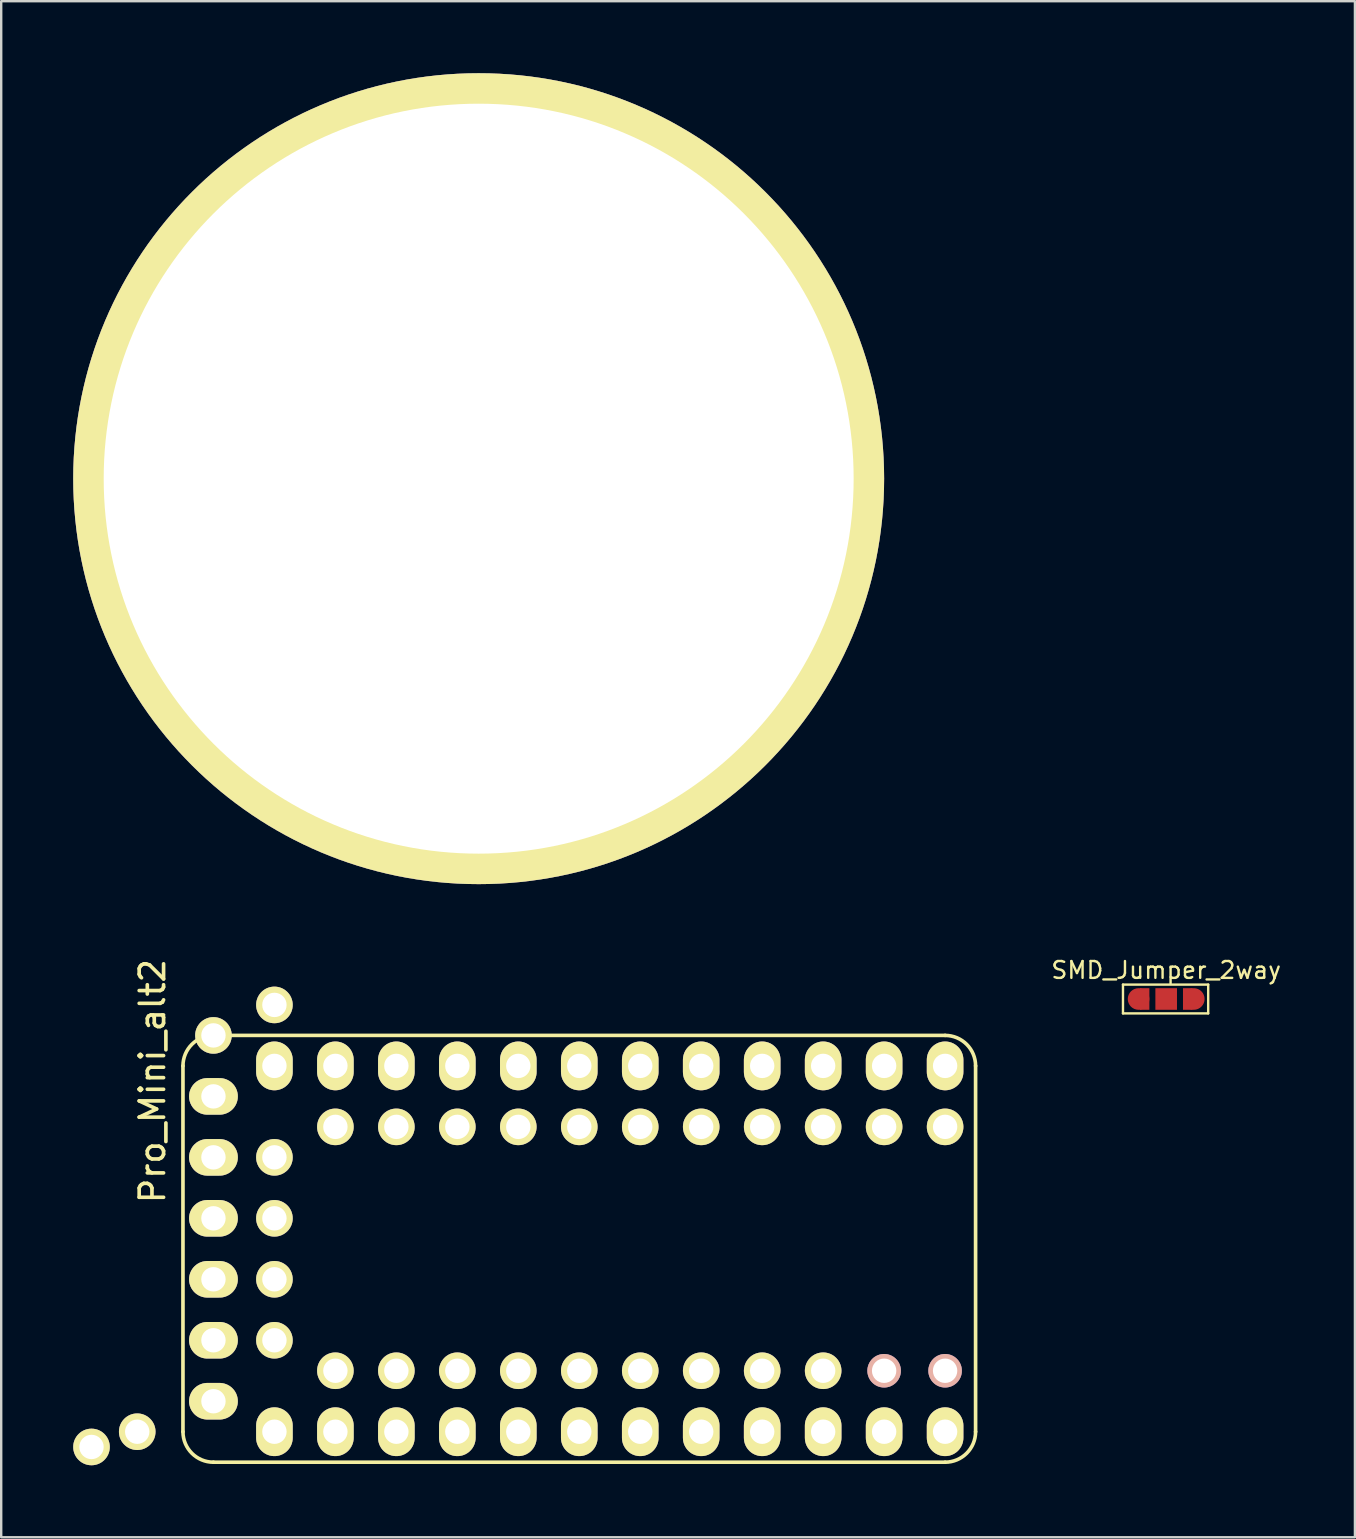
<source format=kicad_pcb>
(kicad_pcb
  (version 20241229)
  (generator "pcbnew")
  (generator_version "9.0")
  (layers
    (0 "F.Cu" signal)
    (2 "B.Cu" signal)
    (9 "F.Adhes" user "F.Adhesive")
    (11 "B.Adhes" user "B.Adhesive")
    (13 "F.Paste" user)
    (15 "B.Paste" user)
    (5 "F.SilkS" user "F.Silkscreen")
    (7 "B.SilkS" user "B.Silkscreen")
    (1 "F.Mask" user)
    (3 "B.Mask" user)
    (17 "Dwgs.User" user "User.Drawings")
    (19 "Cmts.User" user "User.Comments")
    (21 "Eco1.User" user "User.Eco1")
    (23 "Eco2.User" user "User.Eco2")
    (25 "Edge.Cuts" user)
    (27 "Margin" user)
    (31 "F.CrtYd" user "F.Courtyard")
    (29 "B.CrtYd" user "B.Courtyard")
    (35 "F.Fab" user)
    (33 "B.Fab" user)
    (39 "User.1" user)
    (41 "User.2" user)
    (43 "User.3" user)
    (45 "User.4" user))
  (footprint "Pro_Mini_alt2"
    (layer "F.Cu")
    (at 21.082 48.974)
    (property "Reference" "Pro_Mini_alt2" (at -17.78 -6.985 270) (layer "F.SilkS") (effects (font (size 1.016 1.016) (thickness 0.152))))
    (attr through_hole)
    (fp_line (start -16.51 -7.62) (end -16.51 7.62) (stroke (width 0.152) (type solid)) (layer "F.SilkS"))
    (fp_line (start -15.24 8.89) (end 15.24 8.89) (stroke (width 0.15) (type solid)) (layer "F.SilkS"))
    (fp_line (start 15.24 -8.89) (end -15.24 -8.89) (stroke (width 0.15) (type solid)) (layer "F.SilkS"))
    (fp_line (start 16.51 7.62) (end 16.51 -7.62) (stroke (width 0.152) (type solid)) (layer "F.SilkS"))
    (fp_arc (start -16.51 -7.62) (mid -16.138026 -8.518026) (end -15.24 -8.89) (stroke (width 0.15) (type solid)) (layer "F.SilkS"))
    (fp_arc (start -15.24 8.89) (mid -16.138026 8.518026) (end -16.51 7.62) (stroke (width 0.15) (type solid)) (layer "F.SilkS"))
    (fp_arc (start 15.24 -8.89) (mid 16.138026 -8.518026) (end 16.51 -7.62) (stroke (width 0.15) (type solid)) (layer "F.SilkS"))
    (fp_arc (start 16.51 7.62) (mid 16.138026 8.518026) (end 15.24 8.89) (stroke (width 0.15) (type solid)) (layer "F.SilkS"))
    (pad "1" thru_hole oval (at 15.24 -7.62) (size 1.524 2.032) (drill 1.016) (layers "*.Cu" "*.Mask" "F.SilkS"))
    (pad "1" thru_hole oval (at 15.24 -5.08) (size 1.524 1.524) (drill 1.016) (layers "*.Cu" "*.Mask" "F.SilkS"))
    (pad "2" thru_hole oval (at 12.7 -7.62) (size 1.524 2.032) (drill 1.016) (layers "*.Cu" "*.Mask" "F.SilkS"))
    (pad "2" thru_hole oval (at 12.7 -5.08) (size 1.524 1.524) (drill 1.016) (layers "*.Cu" "*.Mask" "F.SilkS"))
    (pad "3" thru_hole oval (at 10.16 -7.62) (size 1.524 2.032) (drill 1.016) (layers "*.Cu" "*.Mask" "F.SilkS"))
    (pad "3" thru_hole oval (at 10.16 -5.08) (size 1.524 1.524) (drill 1.016) (layers "*.Cu" "*.Mask" "F.SilkS"))
    (pad "4" thru_hole oval (at 7.62 -7.62) (size 1.524 2.032) (drill 1.016) (layers "*.Cu" "*.Mask" "F.SilkS"))
    (pad "4" thru_hole oval (at 7.62 -5.08) (size 1.524 1.524) (drill 1.016) (layers "*.Cu" "*.Mask" "F.SilkS"))
    (pad "5" thru_hole oval (at 5.08 -7.62) (size 1.524 2.032) (drill 1.016) (layers "*.Cu" "*.Mask" "F.SilkS"))
    (pad "5" thru_hole oval (at 5.08 -5.08) (size 1.524 1.524) (drill 1.016) (layers "*.Cu" "*.Mask" "F.SilkS"))
    (pad "6" thru_hole oval (at 2.54 -7.62) (size 1.524 2.032) (drill 1.016) (layers "*.Cu" "*.Mask" "F.SilkS"))
    (pad "6" thru_hole oval (at 2.54 -5.08) (size 1.524 1.524) (drill 1.016) (layers "*.Cu" "*.Mask" "F.SilkS"))
    (pad "7" thru_hole oval (at 0 -7.62) (size 1.524 2.032) (drill 1.016) (layers "*.Cu" "*.Mask" "F.SilkS"))
    (pad "7" thru_hole oval (at 0 -5.08) (size 1.524 1.524) (drill 1.016) (layers "*.Cu" "*.Mask" "F.SilkS"))
    (pad "8" thru_hole oval (at -2.54 -7.62) (size 1.524 2.032) (drill 1.016) (layers "*.Cu" "*.Mask" "F.SilkS"))
    (pad "8" thru_hole oval (at -2.54 -5.08) (size 1.524 1.524) (drill 1.016) (layers "*.Cu" "*.Mask" "F.SilkS"))
    (pad "9" thru_hole oval (at -5.08 -7.62) (size 1.524 2.032) (drill 1.016) (layers "*.Cu" "*.Mask" "F.SilkS"))
    (pad "9" thru_hole oval (at -5.08 -5.08) (size 1.524 1.524) (drill 1.016) (layers "*.Cu" "*.Mask" "F.SilkS"))
    (pad "10" thru_hole oval (at -7.62 -7.62) (size 1.524 2.032) (drill 1.016) (layers "*.Cu" "*.Mask" "F.SilkS"))
    (pad "10" thru_hole oval (at -7.62 -5.08) (size 1.524 1.524) (drill 1.016) (layers "*.Cu" "*.Mask" "F.SilkS"))
    (pad "11" thru_hole oval (at -10.16 -7.62) (size 1.524 2.032) (drill 1.016) (layers "*.Cu" "*.Mask" "F.SilkS"))
    (pad "11" thru_hole oval (at -10.16 -5.08) (size 1.524 1.524) (drill 1.016) (layers "*.Cu" "*.Mask" "F.SilkS"))
    (pad "12" thru_hole oval (at -12.7 -10.16) (size 1.524 1.524) (drill 1.016) (layers "*.Cu" "*.Mask" "F.SilkS"))
    (pad "12" thru_hole oval (at -12.7 -7.62) (size 1.524 2.032) (drill 1.016) (layers "*.Cu" "*.Mask" "F.SilkS"))
    (pad "13" thru_hole oval (at -15.24 -8.89) (size 1.524 1.524) (drill 1.016) (layers "*.Cu" "*.Mask" "F.SilkS"))
    (pad "13" thru_hole oval (at -15.24 -6.35) (size 2.032 1.524) (drill 1.016) (layers "*.Cu" "*.Mask" "F.SilkS"))
    (pad "14" thru_hole oval (at -15.24 -3.81) (size 2.032 1.524) (drill 1.016) (layers "*.Cu" "*.Mask" "F.SilkS"))
    (pad "14" thru_hole oval (at -12.7 -3.81) (size 1.524 1.524) (drill 1.016) (layers "*.Cu" "*.Mask" "F.SilkS"))
    (pad "15" thru_hole oval (at -15.24 -1.27) (size 2.032 1.524) (drill 1.016) (layers "*.Cu" "*.Mask" "F.SilkS"))
    (pad "15" thru_hole oval (at -12.7 -1.27) (size 1.524 1.524) (drill 1.016) (layers "*.Cu" "*.Mask" "F.SilkS"))
    (pad "16" thru_hole oval (at -15.24 1.27) (size 2.032 1.524) (drill 1.016) (layers "*.Cu" "*.Mask" "F.SilkS"))
    (pad "16" thru_hole oval (at -12.7 1.27) (size 1.524 1.524) (drill 1.016) (layers "*.Cu" "*.Mask" "F.SilkS"))
    (pad "17" thru_hole oval (at -15.24 3.81) (size 2.032 1.524) (drill 1.016) (layers "*.Cu" "*.Mask" "F.SilkS"))
    (pad "17" thru_hole oval (at -12.7 3.81) (size 1.524 1.524) (drill 1.016) (layers "*.Cu" "*.Mask" "F.SilkS"))
    (pad "18" thru_hole oval (at -15.24 6.35) (size 2.032 1.524) (drill 1.016) (layers "*.Cu" "*.Mask" "F.SilkS"))
    (pad "18" thru_hole oval (at -10.16 5.08) (size 1.524 1.524) (drill 1.016) (layers "*.Cu" "*.Mask" "F.SilkS"))
    (pad "19" thru_hole oval (at -18.415 7.62) (size 1.524 1.524) (drill 1.016) (layers "*.Cu" "*.Mask" "F.SilkS"))
    (pad "19" thru_hole oval (at -12.7 7.62) (size 1.524 2.032) (drill 1.016) (layers "*.Cu" "*.Mask" "F.SilkS"))
    (pad "20" thru_hole oval (at -20.32 8.255) (size 1.524 1.524) (drill 1.016) (layers "*.Cu" "*.Mask" "F.SilkS"))
    (pad "20" thru_hole oval (at -10.16 7.62) (size 1.524 2.032) (drill 1.016) (layers "*.Cu" "*.Mask" "F.SilkS"))
    (pad "21" thru_hole oval (at -7.62 5.08) (size 1.524 1.524) (drill 1.016) (layers "*.Cu" "*.Mask" "F.SilkS"))
    (pad "21" thru_hole oval (at -7.62 7.62) (size 1.524 2.032) (drill 1.016) (layers "*.Cu" "*.Mask" "F.SilkS"))
    (pad "22" thru_hole oval (at -5.08 5.08) (size 1.524 1.524) (drill 1.016) (layers "*.Cu" "*.Mask" "F.SilkS"))
    (pad "22" thru_hole oval (at -5.08 7.62) (size 1.524 2.032) (drill 1.016) (layers "*.Cu" "*.Mask" "F.SilkS"))
    (pad "23" thru_hole oval (at -2.54 5.08) (size 1.524 1.524) (drill 1.016) (layers "*.Cu" "*.Mask" "F.SilkS"))
    (pad "23" thru_hole oval (at -2.54 7.62) (size 1.524 2.032) (drill 1.016) (layers "*.Cu" "*.Mask" "F.SilkS"))
    (pad "24" thru_hole oval (at 0 5.08) (size 1.524 1.524) (drill 1.016) (layers "*.Cu" "*.Mask" "F.SilkS"))
    (pad "24" thru_hole oval (at 0 7.62) (size 1.524 2.032) (drill 1.016) (layers "*.Cu" "*.Mask" "F.SilkS"))
    (pad "25" thru_hole oval (at 2.54 5.08) (size 1.524 1.524) (drill 1.016) (layers "*.Cu" "*.Mask" "F.SilkS"))
    (pad "25" thru_hole oval (at 2.54 7.62) (size 1.524 2.032) (drill 1.016) (layers "*.Cu" "*.Mask" "F.SilkS"))
    (pad "26" thru_hole oval (at 5.08 5.08) (size 1.524 1.524) (drill 1.016) (layers "*.Cu" "*.Mask" "F.SilkS"))
    (pad "26" thru_hole oval (at 5.08 7.62) (size 1.524 2.032) (drill 1.016) (layers "*.Cu" "*.Mask" "F.SilkS"))
    (pad "27" thru_hole oval (at 7.62 5.08) (size 1.524 1.524) (drill 1.016) (layers "*.Cu" "*.Mask" "F.SilkS"))
    (pad "27" thru_hole oval (at 7.62 7.62) (size 1.524 2.032) (drill 1.016) (layers "*.Cu" "*.Mask" "F.SilkS"))
    (pad "28" thru_hole oval (at 10.16 5.08) (size 1.524 1.524) (drill 1.016) (layers "*.Cu" "*.Mask" "F.SilkS"))
    (pad "28" thru_hole oval (at 10.16 7.62) (size 1.524 2.032) (drill 1.016) (layers "*.Cu" "*.Mask" "F.SilkS"))
    (pad "29" thru_hole oval (at 12.7 5.08) (size 1.397 1.397) (drill 1.016) (layers "*.Cu" "*.Mask" "B.SilkS"))
    (pad "29" thru_hole oval (at 12.7 7.62) (size 1.524 2.032) (drill 1.016) (layers "*.Cu" "*.Mask" "F.SilkS"))
    (pad "30" thru_hole oval (at 15.24 5.08) (size 1.397 1.397) (drill 1.016) (layers "*.Cu" "*.Mask" "B.SilkS"))
    (pad "30" thru_hole oval (at 15.24 7.62) (size 1.524 2.032) (drill 1.016) (layers "*.Cu" "*.Mask" "F.SilkS")))
  (footprint "SMD_Jumper_2way"
    (layer "F.Cu")
    (at 45.532 38.567)
    (property "Reference" "SMD_Jumper_2way" (at 0 -1.2 0) (layer "F.SilkS") (effects (font (size 0.7 0.7) (thickness 0.1))))
    (attr smd)
    (fp_line (start -1.8 -0.6) (end 1.75 -0.6) (stroke (width 0.1) (type solid)) (layer "F.SilkS"))
    (fp_line (start -1.8 0.6) (end -1.8 -0.6) (stroke (width 0.1) (type solid)) (layer "F.SilkS"))
    (fp_line (start 1.75 -0.6) (end 1.75 0.6) (stroke (width 0.1) (type solid)) (layer "F.SilkS"))
    (fp_line (start 1.75 0.6) (end -1.8 0.6) (stroke (width 0.1) (type solid)) (layer "F.SilkS"))
    (pad "1" smd circle (at -1.15 0) (size 0.9 0.9) (layers "F.Cu" "F.Mask"))
    (pad "1" smd rect (at -0.9 0) (size 0.4 0.9) (layers "F.Cu" "F.Mask"))
    (pad "2" smd rect (at 0 0) (size 0.9 0.9) (layers "F.Cu" "F.Mask" "F.Paste"))
    (pad "3" smd rect (at 0.9 0) (size 0.4 0.9) (layers "F.Cu" "F.Mask"))
    (pad "3" smd circle (at 1.15 0) (size 0.9 0.9) (layers "F.Cu" "F.Mask")))
  (footprint "MountingHole_31mm"
    (layer "F.Cu")
    (at 16.891 16.891)
    (property "Reference" "MountingHole_31mm" (at 0 -4 0) (layer "F.SilkS") (effects (font (size 1 1) (thickness 0.15))))
    (attr through_hole)
    (fp_circle (center 0 0) (end 3 0) (stroke (width 0.381) (type solid)) (fill no) (layer "Cmts.User"))
    (pad "1" thru_hole circle (at 0 0) (size 33.782 33.782) (drill 31.242) (layers "*.Cu" "*.Mask" "F.SilkS")))
  (gr_rect
    (start -3 -3)
    (end 53.395 60.991)
    (stroke (width 0.1) (type default))
    (fill no)
    (layer "Edge.Cuts")))
</source>
